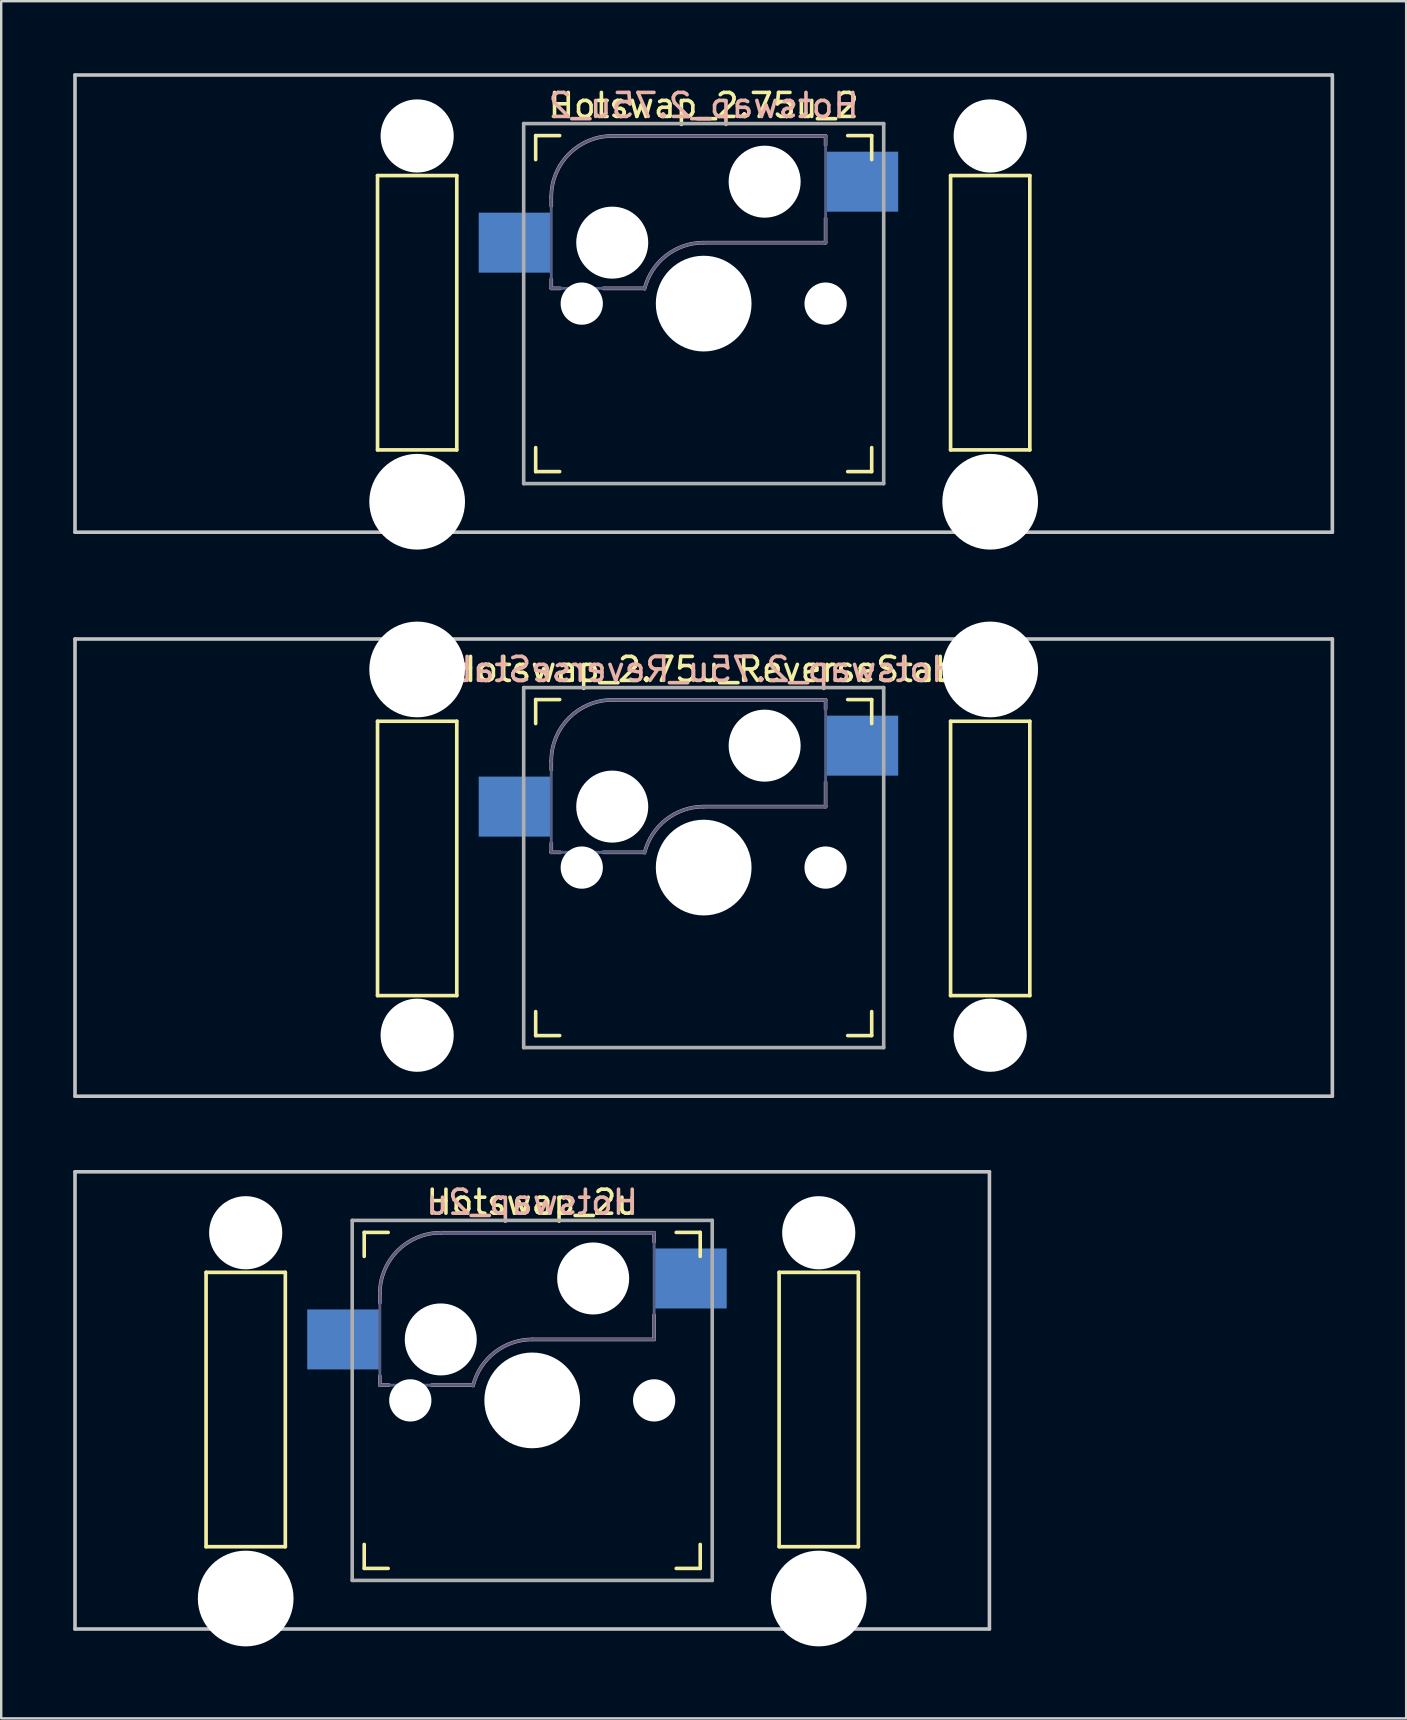
<source format=kicad_pcb>
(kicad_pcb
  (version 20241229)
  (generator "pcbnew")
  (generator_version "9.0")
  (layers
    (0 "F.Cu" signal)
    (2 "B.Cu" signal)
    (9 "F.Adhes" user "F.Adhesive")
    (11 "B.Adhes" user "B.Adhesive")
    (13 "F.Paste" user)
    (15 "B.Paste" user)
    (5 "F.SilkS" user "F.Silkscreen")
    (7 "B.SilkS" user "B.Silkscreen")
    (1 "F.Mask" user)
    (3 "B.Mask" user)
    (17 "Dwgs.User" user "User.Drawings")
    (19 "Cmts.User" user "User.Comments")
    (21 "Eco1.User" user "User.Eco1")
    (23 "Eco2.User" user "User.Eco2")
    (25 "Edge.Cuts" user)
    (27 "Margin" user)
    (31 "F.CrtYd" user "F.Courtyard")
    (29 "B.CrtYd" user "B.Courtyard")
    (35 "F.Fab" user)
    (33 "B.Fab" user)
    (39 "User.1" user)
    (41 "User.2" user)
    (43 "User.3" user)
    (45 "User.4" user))
  (footprint "Hotswap_2u"
    (layer "F.Cu")
    (at 19.125 55.298)
    (property "Reference" "Hotswap_2u" (at 0 -8.255 0) (layer "F.SilkS") (effects (font (size 1 1) (thickness 0.15))))
    (attr through_hole)
    (fp_line (start -13.589 -5.334) (end -13.589 6.096) (stroke (width 0.152) (type solid)) (layer "F.SilkS"))
    (fp_line (start -13.589 6.096) (end -10.287 6.096) (stroke (width 0.152) (type solid)) (layer "F.SilkS"))
    (fp_line (start -10.287 -5.334) (end -13.589 -5.334) (stroke (width 0.152) (type solid)) (layer "F.SilkS"))
    (fp_line (start -10.287 6.096) (end -10.287 -5.334) (stroke (width 0.152) (type solid)) (layer "F.SilkS"))
    (fp_line (start -7 -6) (end -7 -7) (stroke (width 0.15) (type solid)) (layer "F.SilkS"))
    (fp_line (start -7 7) (end -7 6) (stroke (width 0.15) (type solid)) (layer "F.SilkS"))
    (fp_line (start -7 7) (end -6 7) (stroke (width 0.15) (type solid)) (layer "F.SilkS"))
    (fp_line (start -6 -7) (end -7 -7) (stroke (width 0.15) (type solid)) (layer "F.SilkS"))
    (fp_line (start 6 7) (end 7 7) (stroke (width 0.15) (type solid)) (layer "F.SilkS"))
    (fp_line (start 7 -7) (end 6 -7) (stroke (width 0.15) (type solid)) (layer "F.SilkS"))
    (fp_line (start 7 -7) (end 7 -6) (stroke (width 0.15) (type solid)) (layer "F.SilkS"))
    (fp_line (start 7 6) (end 7 7) (stroke (width 0.15) (type solid)) (layer "F.SilkS"))
    (fp_line (start 10.287 -5.334) (end 10.287 6.096) (stroke (width 0.152) (type solid)) (layer "F.SilkS"))
    (fp_line (start 10.287 6.096) (end 13.589 6.096) (stroke (width 0.152) (type solid)) (layer "F.SilkS"))
    (fp_line (start 13.589 -5.334) (end 10.287 -5.334) (stroke (width 0.152) (type solid)) (layer "F.SilkS"))
    (fp_line (start 13.589 6.096) (end 13.589 -5.334) (stroke (width 0.152) (type solid)) (layer "F.SilkS"))
    (fp_line (start -6.35 -4.445) (end -6.35 -4.064) (stroke (width 0.15) (type solid)) (layer "B.SilkS"))
    (fp_line (start -6.35 -1.016) (end -6.35 -0.635) (stroke (width 0.15) (type solid)) (layer "B.SilkS"))
    (fp_line (start -6.35 -0.635) (end -5.969 -0.635) (stroke (width 0.15) (type solid)) (layer "B.SilkS"))
    (fp_line (start -4.191 -0.635) (end -2.54 -0.635) (stroke (width 0.15) (type solid)) (layer "B.SilkS"))
    (fp_line (start 0 -2.54) (end 5.08 -2.54) (stroke (width 0.15) (type solid)) (layer "B.SilkS"))
    (fp_line (start 5.08 -6.985) (end -3.81 -6.985) (stroke (width 0.15) (type solid)) (layer "B.SilkS"))
    (fp_line (start 5.08 -6.604) (end 5.08 -6.985) (stroke (width 0.15) (type solid)) (layer "B.SilkS"))
    (fp_line (start 5.08 -2.54) (end 5.08 -3.556) (stroke (width 0.15) (type solid)) (layer "B.SilkS"))
    (fp_arc (start -6.35 -4.445) (mid -5.606051 -6.241051) (end -3.81 -6.985) (stroke (width 0.15) (type solid)) (layer "B.SilkS"))
    (fp_arc (start -2.464162 -0.61604) (mid -1.563147 -2.002042) (end 0 -2.54) (stroke (width 0.15) (type solid)) (layer "B.SilkS"))
    (fp_line (start -19.05 -9.525) (end 19.05 -9.525) (stroke (width 0.15) (type solid)) (layer "Dwgs.User"))
    (fp_line (start -19.05 9.525) (end -19.05 -9.525) (stroke (width 0.15) (type solid)) (layer "Dwgs.User"))
    (fp_line (start -19.05 9.525) (end 19.05 9.525) (stroke (width 0.15) (type solid)) (layer "Dwgs.User"))
    (fp_line (start 19.05 -9.525) (end 19.05 9.525) (stroke (width 0.15) (type solid)) (layer "Dwgs.User"))
    (fp_line (start -6.9 6.9) (end -6.9 -6.9) (stroke (width 0.15) (type solid)) (layer "Eco2.User"))
    (fp_line (start -6.9 6.9) (end 6.9 6.9) (stroke (width 0.15) (type solid)) (layer "Eco2.User"))
    (fp_line (start 6.9 -6.9) (end -6.9 -6.9) (stroke (width 0.15) (type solid)) (layer "Eco2.User"))
    (fp_line (start 6.9 -6.9) (end 6.9 6.9) (stroke (width 0.15) (type solid)) (layer "Eco2.User"))
    (fp_line (start -6.35 -4.445) (end -6.35 -0.635) (stroke (width 0.12) (type solid)) (layer "B.Fab"))
    (fp_line (start -6.35 -0.635) (end -2.54 -0.635) (stroke (width 0.12) (type solid)) (layer "B.Fab"))
    (fp_line (start 0 -2.54) (end 5.08 -2.54) (stroke (width 0.12) (type solid)) (layer "B.Fab"))
    (fp_line (start 5.08 -6.985) (end -3.81 -6.985) (stroke (width 0.12) (type solid)) (layer "B.Fab"))
    (fp_line (start 5.08 -2.54) (end 5.08 -6.985) (stroke (width 0.12) (type solid)) (layer "B.Fab"))
    (fp_arc (start -6.35 -4.445) (mid -5.606051 -6.241051) (end -3.81 -6.985) (stroke (width 0.12) (type solid)) (layer "B.Fab"))
    (fp_arc (start -2.464162 -0.61604) (mid -1.563147 -2.002042) (end 0 -2.54) (stroke (width 0.12) (type solid)) (layer "B.Fab"))
    (fp_line (start -7.5 -7.5) (end 7.5 -7.5) (stroke (width 0.15) (type solid)) (layer "F.Fab"))
    (fp_line (start -7.5 7.5) (end -7.5 -7.5) (stroke (width 0.15) (type solid)) (layer "F.Fab"))
    (fp_line (start 7.5 -7.5) (end 7.5 7.5) (stroke (width 0.15) (type solid)) (layer "F.Fab"))
    (fp_line (start 7.5 7.5) (end -7.5 7.5) (stroke (width 0.15) (type solid)) (layer "F.Fab"))
    (fp_text user "${REFERENCE}" (at 0 -8.255 0) (layer "B.SilkS") (effects (font (size 1 1) (thickness 0.15)) (justify mirror)))
    (pad "" np_thru_hole circle (at -11.938 -6.985) (size 3.048 3.048) (drill 3.048) (layers "*.Cu" "*.Mask"))
    (pad "" np_thru_hole circle (at -11.938 8.255) (size 3.988 3.988) (drill 3.988) (layers "*.Cu" "*.Mask"))
    (pad "" np_thru_hole circle (at -5.08 0 180) (size 1.76 1.76) (drill 1.76) (layers "*.Cu" "*.Mask"))
    (pad "" np_thru_hole circle (at -3.81 -2.54 180) (size 3 3) (drill 3) (layers "*.Cu" "*.Mask"))
    (pad "" np_thru_hole circle (at 0 0 180) (size 3.988 3.988) (drill 3.988) (layers "*.Cu" "*.Mask"))
    (pad "" np_thru_hole circle (at 2.54 -5.08 180) (size 3 3) (drill 3) (layers "*.Cu" "*.Mask"))
    (pad "" np_thru_hole circle (at 5.08 0 180) (size 1.76 1.76) (drill 1.76) (layers "*.Cu" "*.Mask"))
    (pad "" np_thru_hole circle (at 11.938 -6.985) (size 3.048 3.048) (drill 3.048) (layers "*.Cu" "*.Mask"))
    (pad "" np_thru_hole circle (at 11.938 8.255) (size 3.988 3.988) (drill 3.988) (layers "*.Cu" "*.Mask"))
    (pad "1" smd rect (at -7.874 -2.54 180) (size 3 2.5) (layers "B.Cu" "B.Mask" "B.Paste"))
    (pad "2" smd rect (at 6.604 -5.08 180) (size 3 2.5) (layers "B.Cu" "B.Mask" "B.Paste")))
  (footprint "Hotswap_2.75u_ReverseStab"
    (layer "F.Cu")
    (at 26.269 33.098)
    (property "Reference" "Hotswap_2.75u_ReverseStab" (at 0 -8.255 0) (layer "F.SilkS") (effects (font (size 1 1) (thickness 0.15))))
    (attr through_hole)
    (fp_line (start -13.589 -6.096) (end -13.589 5.334) (stroke (width 0.152) (type solid)) (layer "F.SilkS"))
    (fp_line (start -13.589 5.334) (end -10.287 5.334) (stroke (width 0.152) (type solid)) (layer "F.SilkS"))
    (fp_line (start -10.287 -6.096) (end -13.589 -6.096) (stroke (width 0.152) (type solid)) (layer "F.SilkS"))
    (fp_line (start -10.287 5.334) (end -10.287 -6.096) (stroke (width 0.152) (type solid)) (layer "F.SilkS"))
    (fp_line (start -7 -6) (end -7 -7) (stroke (width 0.15) (type solid)) (layer "F.SilkS"))
    (fp_line (start -7 7) (end -7 6) (stroke (width 0.15) (type solid)) (layer "F.SilkS"))
    (fp_line (start -7 7) (end -6 7) (stroke (width 0.15) (type solid)) (layer "F.SilkS"))
    (fp_line (start -6 -7) (end -7 -7) (stroke (width 0.15) (type solid)) (layer "F.SilkS"))
    (fp_line (start 6 7) (end 7 7) (stroke (width 0.15) (type solid)) (layer "F.SilkS"))
    (fp_line (start 7 -7) (end 6 -7) (stroke (width 0.15) (type solid)) (layer "F.SilkS"))
    (fp_line (start 7 -7) (end 7 -6) (stroke (width 0.15) (type solid)) (layer "F.SilkS"))
    (fp_line (start 7 6) (end 7 7) (stroke (width 0.15) (type solid)) (layer "F.SilkS"))
    (fp_line (start 10.287 -6.096) (end 10.287 5.334) (stroke (width 0.152) (type solid)) (layer "F.SilkS"))
    (fp_line (start 10.287 5.334) (end 13.589 5.334) (stroke (width 0.152) (type solid)) (layer "F.SilkS"))
    (fp_line (start 13.589 -6.096) (end 10.287 -6.096) (stroke (width 0.152) (type solid)) (layer "F.SilkS"))
    (fp_line (start 13.589 5.334) (end 13.589 -6.096) (stroke (width 0.152) (type solid)) (layer "F.SilkS"))
    (fp_line (start -6.35 -4.445) (end -6.35 -4.064) (stroke (width 0.15) (type solid)) (layer "B.SilkS"))
    (fp_line (start -6.35 -1.016) (end -6.35 -0.635) (stroke (width 0.15) (type solid)) (layer "B.SilkS"))
    (fp_line (start -6.35 -0.635) (end -5.969 -0.635) (stroke (width 0.15) (type solid)) (layer "B.SilkS"))
    (fp_line (start -4.191 -0.635) (end -2.54 -0.635) (stroke (width 0.15) (type solid)) (layer "B.SilkS"))
    (fp_line (start 0 -2.54) (end 5.08 -2.54) (stroke (width 0.15) (type solid)) (layer "B.SilkS"))
    (fp_line (start 5.08 -6.985) (end -3.81 -6.985) (stroke (width 0.15) (type solid)) (layer "B.SilkS"))
    (fp_line (start 5.08 -6.604) (end 5.08 -6.985) (stroke (width 0.15) (type solid)) (layer "B.SilkS"))
    (fp_line (start 5.08 -2.54) (end 5.08 -3.556) (stroke (width 0.15) (type solid)) (layer "B.SilkS"))
    (fp_arc (start -6.35 -4.445) (mid -5.606051 -6.241051) (end -3.81 -6.985) (stroke (width 0.15) (type solid)) (layer "B.SilkS"))
    (fp_arc (start -2.464162 -0.61604) (mid -1.563147 -2.002042) (end 0 -2.54) (stroke (width 0.15) (type solid)) (layer "B.SilkS"))
    (fp_line (start -26.194 -9.525) (end 26.194 -9.525) (stroke (width 0.15) (type solid)) (layer "Dwgs.User"))
    (fp_line (start -26.194 9.525) (end -26.194 -9.525) (stroke (width 0.15) (type solid)) (layer "Dwgs.User"))
    (fp_line (start 26.194 -9.525) (end 26.194 9.525) (stroke (width 0.15) (type solid)) (layer "Dwgs.User"))
    (fp_line (start 26.194 9.525) (end -26.194 9.525) (stroke (width 0.15) (type solid)) (layer "Dwgs.User"))
    (fp_line (start -6.9 6.9) (end -6.9 -6.9) (stroke (width 0.15) (type solid)) (layer "Eco2.User"))
    (fp_line (start -6.9 6.9) (end 6.9 6.9) (stroke (width 0.15) (type solid)) (layer "Eco2.User"))
    (fp_line (start 6.9 -6.9) (end -6.9 -6.9) (stroke (width 0.15) (type solid)) (layer "Eco2.User"))
    (fp_line (start 6.9 -6.9) (end 6.9 6.9) (stroke (width 0.15) (type solid)) (layer "Eco2.User"))
    (fp_line (start -6.35 -4.445) (end -6.35 -0.635) (stroke (width 0.12) (type solid)) (layer "B.Fab"))
    (fp_line (start -6.35 -0.635) (end -2.54 -0.635) (stroke (width 0.12) (type solid)) (layer "B.Fab"))
    (fp_line (start 0 -2.54) (end 5.08 -2.54) (stroke (width 0.12) (type solid)) (layer "B.Fab"))
    (fp_line (start 5.08 -6.985) (end -3.81 -6.985) (stroke (width 0.12) (type solid)) (layer "B.Fab"))
    (fp_line (start 5.08 -2.54) (end 5.08 -6.985) (stroke (width 0.12) (type solid)) (layer "B.Fab"))
    (fp_arc (start -6.35 -4.445) (mid -5.606051 -6.241051) (end -3.81 -6.985) (stroke (width 0.12) (type solid)) (layer "B.Fab"))
    (fp_arc (start -2.464162 -0.61604) (mid -1.563147 -2.002042) (end 0 -2.54) (stroke (width 0.12) (type solid)) (layer "B.Fab"))
    (fp_line (start -7.5 -7.5) (end 7.5 -7.5) (stroke (width 0.15) (type solid)) (layer "F.Fab"))
    (fp_line (start -7.5 7.5) (end -7.5 -7.5) (stroke (width 0.15) (type solid)) (layer "F.Fab"))
    (fp_line (start 7.5 -7.5) (end 7.5 7.5) (stroke (width 0.15) (type solid)) (layer "F.Fab"))
    (fp_line (start 7.5 7.5) (end -7.5 7.5) (stroke (width 0.15) (type solid)) (layer "F.Fab"))
    (fp_text user "${REFERENCE}" (at 0 -8.255 0) (layer "B.SilkS") (effects (font (size 1 1) (thickness 0.15)) (justify mirror)))
    (pad "" np_thru_hole circle (at -11.938 -8.255 180) (size 3.988 3.988) (drill 3.988) (layers "*.Cu" "*.Mask"))
    (pad "" np_thru_hole circle (at -11.938 6.985 180) (size 3.048 3.048) (drill 3.048) (layers "*.Cu" "*.Mask"))
    (pad "" np_thru_hole circle (at -5.08 0 180) (size 1.76 1.76) (drill 1.76) (layers "*.Cu" "*.Mask"))
    (pad "" np_thru_hole circle (at -3.81 -2.54 180) (size 3 3) (drill 3) (layers "*.Cu" "*.Mask"))
    (pad "" np_thru_hole circle (at 0 0 180) (size 3.988 3.988) (drill 3.988) (layers "*.Cu" "*.Mask"))
    (pad "" np_thru_hole circle (at 2.54 -5.08 180) (size 3 3) (drill 3) (layers "*.Cu" "*.Mask"))
    (pad "" np_thru_hole circle (at 5.08 0 180) (size 1.76 1.76) (drill 1.76) (layers "*.Cu" "*.Mask"))
    (pad "" np_thru_hole circle (at 11.938 -8.255 180) (size 3.988 3.988) (drill 3.988) (layers "*.Cu" "*.Mask"))
    (pad "" np_thru_hole circle (at 11.938 6.985 180) (size 3.048 3.048) (drill 3.048) (layers "*.Cu" "*.Mask"))
    (pad "1" smd rect (at -7.874 -2.54 180) (size 3 2.5) (layers "B.Cu" "B.Mask" "B.Paste"))
    (pad "2" smd rect (at 6.604 -5.08 180) (size 3 2.5) (layers "B.Cu" "B.Mask" "B.Paste")))
  (footprint "Hotswap_2.75u_2"
    (layer "F.Cu")
    (at 26.269 9.6)
    (property "Reference" "Hotswap_2.75u_2" (at 0 -8.255 0) (layer "F.SilkS") (effects (font (size 1 1) (thickness 0.15))))
    (attr through_hole)
    (fp_line (start -13.589 -5.334) (end -13.589 6.096) (stroke (width 0.152) (type solid)) (layer "F.SilkS"))
    (fp_line (start -13.589 6.096) (end -10.287 6.096) (stroke (width 0.152) (type solid)) (layer "F.SilkS"))
    (fp_line (start -10.287 -5.334) (end -13.589 -5.334) (stroke (width 0.152) (type solid)) (layer "F.SilkS"))
    (fp_line (start -10.287 6.096) (end -10.287 -5.334) (stroke (width 0.152) (type solid)) (layer "F.SilkS"))
    (fp_line (start -7 -6) (end -7 -7) (stroke (width 0.15) (type solid)) (layer "F.SilkS"))
    (fp_line (start -7 7) (end -7 6) (stroke (width 0.15) (type solid)) (layer "F.SilkS"))
    (fp_line (start -7 7) (end -6 7) (stroke (width 0.15) (type solid)) (layer "F.SilkS"))
    (fp_line (start -6 -7) (end -7 -7) (stroke (width 0.15) (type solid)) (layer "F.SilkS"))
    (fp_line (start 6 7) (end 7 7) (stroke (width 0.15) (type solid)) (layer "F.SilkS"))
    (fp_line (start 7 -7) (end 6 -7) (stroke (width 0.15) (type solid)) (layer "F.SilkS"))
    (fp_line (start 7 -7) (end 7 -6) (stroke (width 0.15) (type solid)) (layer "F.SilkS"))
    (fp_line (start 7 6) (end 7 7) (stroke (width 0.15) (type solid)) (layer "F.SilkS"))
    (fp_line (start 10.287 -5.334) (end 10.287 6.096) (stroke (width 0.152) (type solid)) (layer "F.SilkS"))
    (fp_line (start 10.287 6.096) (end 13.589 6.096) (stroke (width 0.152) (type solid)) (layer "F.SilkS"))
    (fp_line (start 13.589 -5.334) (end 10.287 -5.334) (stroke (width 0.152) (type solid)) (layer "F.SilkS"))
    (fp_line (start 13.589 6.096) (end 13.589 -5.334) (stroke (width 0.152) (type solid)) (layer "F.SilkS"))
    (fp_line (start -6.35 -4.445) (end -6.35 -4.064) (stroke (width 0.15) (type solid)) (layer "B.SilkS"))
    (fp_line (start -6.35 -1.016) (end -6.35 -0.635) (stroke (width 0.15) (type solid)) (layer "B.SilkS"))
    (fp_line (start -6.35 -0.635) (end -5.969 -0.635) (stroke (width 0.15) (type solid)) (layer "B.SilkS"))
    (fp_line (start -4.191 -0.635) (end -2.54 -0.635) (stroke (width 0.15) (type solid)) (layer "B.SilkS"))
    (fp_line (start 0 -2.54) (end 5.08 -2.54) (stroke (width 0.15) (type solid)) (layer "B.SilkS"))
    (fp_line (start 5.08 -6.985) (end -3.81 -6.985) (stroke (width 0.15) (type solid)) (layer "B.SilkS"))
    (fp_line (start 5.08 -6.604) (end 5.08 -6.985) (stroke (width 0.15) (type solid)) (layer "B.SilkS"))
    (fp_line (start 5.08 -2.54) (end 5.08 -3.556) (stroke (width 0.15) (type solid)) (layer "B.SilkS"))
    (fp_arc (start -6.35 -4.445) (mid -5.606051 -6.241051) (end -3.81 -6.985) (stroke (width 0.15) (type solid)) (layer "B.SilkS"))
    (fp_arc (start -2.464162 -0.61604) (mid -1.563147 -2.002042) (end 0 -2.54) (stroke (width 0.15) (type solid)) (layer "B.SilkS"))
    (fp_line (start -26.194 -9.525) (end 26.194 -9.525) (stroke (width 0.15) (type solid)) (layer "Dwgs.User"))
    (fp_line (start -26.194 9.525) (end -26.194 -9.525) (stroke (width 0.15) (type solid)) (layer "Dwgs.User"))
    (fp_line (start -26.194 9.525) (end 26.194 9.525) (stroke (width 0.15) (type solid)) (layer "Dwgs.User"))
    (fp_line (start 26.194 -9.525) (end 26.194 9.525) (stroke (width 0.15) (type solid)) (layer "Dwgs.User"))
    (fp_line (start -6.9 6.9) (end -6.9 -6.9) (stroke (width 0.15) (type solid)) (layer "Eco2.User"))
    (fp_line (start -6.9 6.9) (end 6.9 6.9) (stroke (width 0.15) (type solid)) (layer "Eco2.User"))
    (fp_line (start 6.9 -6.9) (end -6.9 -6.9) (stroke (width 0.15) (type solid)) (layer "Eco2.User"))
    (fp_line (start 6.9 -6.9) (end 6.9 6.9) (stroke (width 0.15) (type solid)) (layer "Eco2.User"))
    (fp_line (start -6.35 -4.445) (end -6.35 -0.635) (stroke (width 0.12) (type solid)) (layer "B.Fab"))
    (fp_line (start -6.35 -0.635) (end -2.54 -0.635) (stroke (width 0.12) (type solid)) (layer "B.Fab"))
    (fp_line (start 0 -2.54) (end 5.08 -2.54) (stroke (width 0.12) (type solid)) (layer "B.Fab"))
    (fp_line (start 5.08 -6.985) (end -3.81 -6.985) (stroke (width 0.12) (type solid)) (layer "B.Fab"))
    (fp_line (start 5.08 -2.54) (end 5.08 -6.985) (stroke (width 0.12) (type solid)) (layer "B.Fab"))
    (fp_arc (start -6.35 -4.445) (mid -5.606051 -6.241051) (end -3.81 -6.985) (stroke (width 0.12) (type solid)) (layer "B.Fab"))
    (fp_arc (start -2.464162 -0.61604) (mid -1.563147 -2.002042) (end 0 -2.54) (stroke (width 0.12) (type solid)) (layer "B.Fab"))
    (fp_line (start -7.5 -7.5) (end 7.5 -7.5) (stroke (width 0.15) (type solid)) (layer "F.Fab"))
    (fp_line (start -7.5 7.5) (end -7.5 -7.5) (stroke (width 0.15) (type solid)) (layer "F.Fab"))
    (fp_line (start 7.5 -7.5) (end 7.5 7.5) (stroke (width 0.15) (type solid)) (layer "F.Fab"))
    (fp_line (start 7.5 7.5) (end -7.5 7.5) (stroke (width 0.15) (type solid)) (layer "F.Fab"))
    (fp_text user "${REFERENCE}" (at 0 -8.255 0) (layer "B.SilkS") (effects (font (size 1 1) (thickness 0.15)) (justify mirror)))
    (pad "" np_thru_hole circle (at -11.938 -6.985) (size 3.048 3.048) (drill 3.048) (layers "*.Cu" "*.Mask"))
    (pad "" np_thru_hole circle (at -11.938 8.255) (size 3.988 3.988) (drill 3.988) (layers "*.Cu" "*.Mask"))
    (pad "" np_thru_hole circle (at -5.08 0 180) (size 1.76 1.76) (drill 1.76) (layers "*.Cu" "*.Mask"))
    (pad "" np_thru_hole circle (at -3.81 -2.54 180) (size 3 3) (drill 3) (layers "*.Cu" "*.Mask"))
    (pad "" np_thru_hole circle (at 0 0 180) (size 3.988 3.988) (drill 3.988) (layers "*.Cu" "*.Mask"))
    (pad "" np_thru_hole circle (at 2.54 -5.08 180) (size 3 3) (drill 3) (layers "*.Cu" "*.Mask"))
    (pad "" np_thru_hole circle (at 5.08 0 180) (size 1.76 1.76) (drill 1.76) (layers "*.Cu" "*.Mask"))
    (pad "" np_thru_hole circle (at 11.938 -6.985) (size 3.048 3.048) (drill 3.048) (layers "*.Cu" "*.Mask"))
    (pad "" np_thru_hole circle (at 11.938 8.255) (size 3.988 3.988) (drill 3.988) (layers "*.Cu" "*.Mask"))
    (pad "1" smd rect (at -7.874 -2.54 180) (size 3 2.5) (layers "B.Cu" "B.Mask" "B.Paste"))
    (pad "2" smd rect (at 6.604 -5.08 180) (size 3 2.5) (layers "B.Cu" "B.Mask" "B.Paste")))
  (gr_rect
    (start -3 -3)
    (end 55.538 68.547)
    (stroke (width 0.1) (type default))
    (fill no)
    (layer "Edge.Cuts")))
</source>
